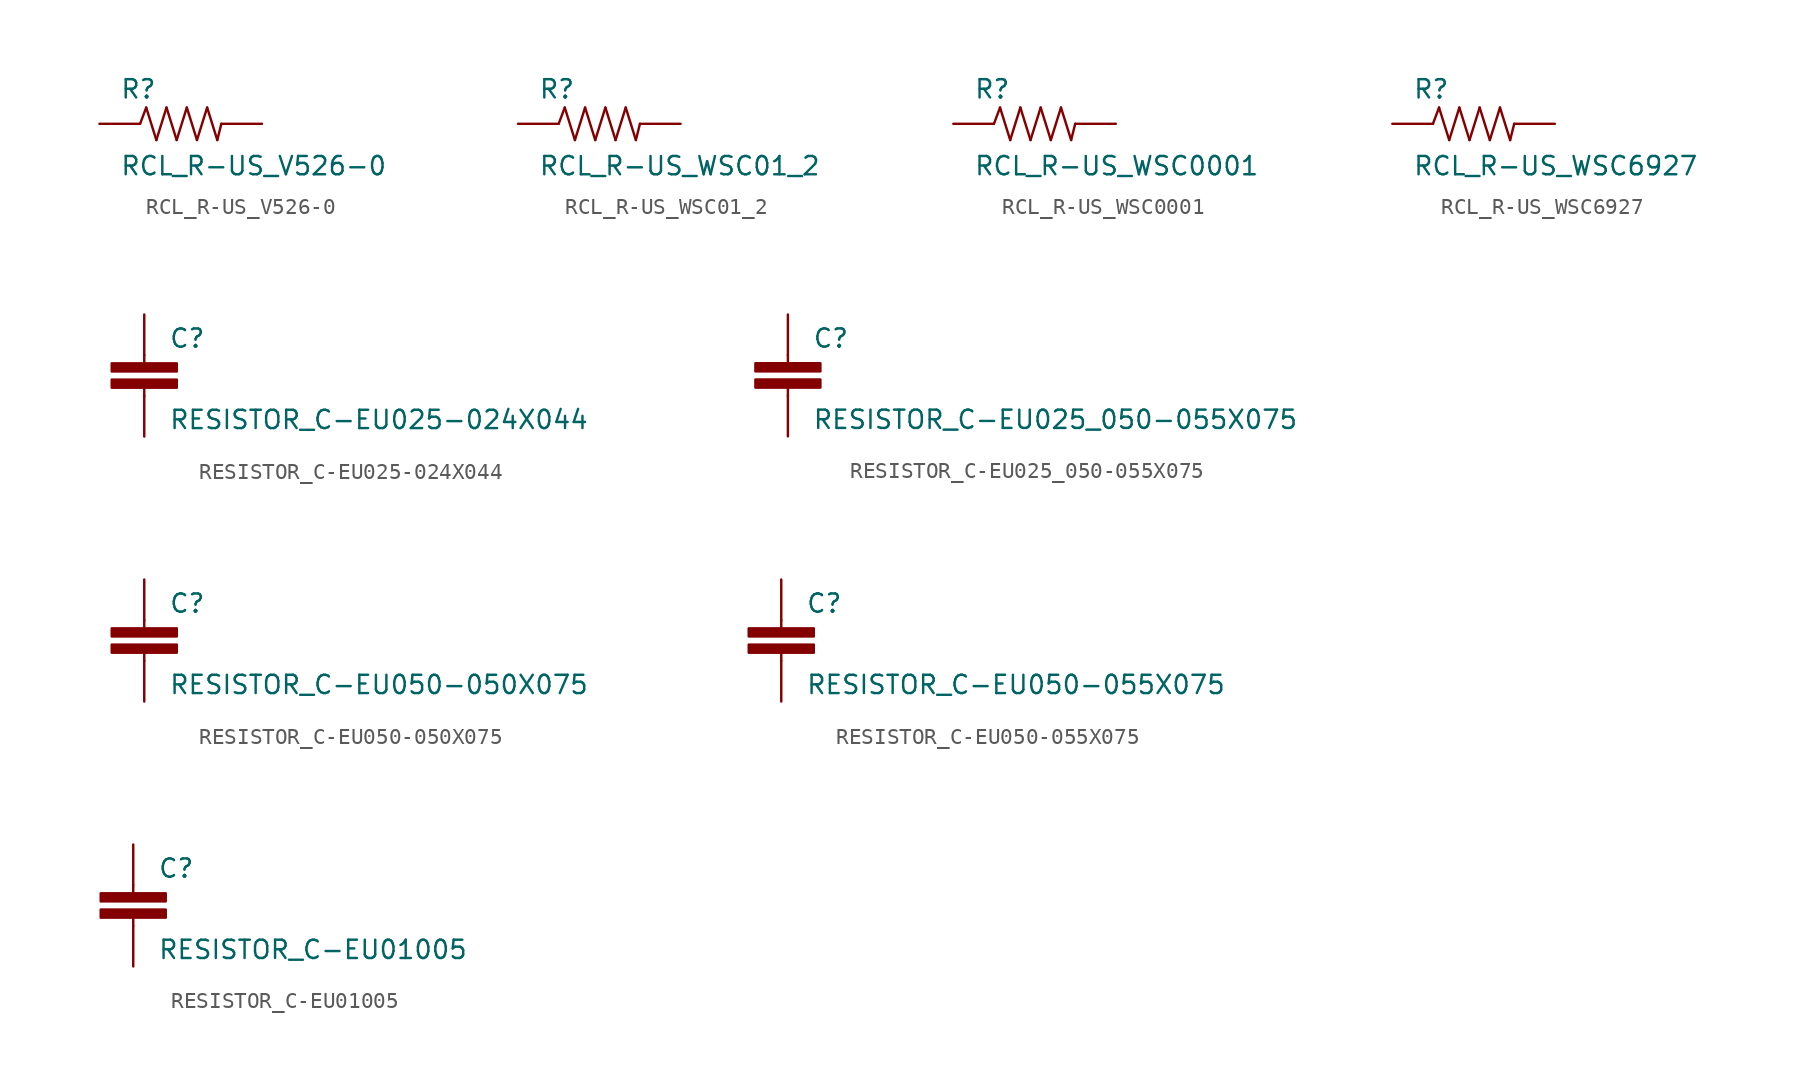
<source format=kicad_sym>
(kicad_symbol_lib
  (version 20210619)
  (generator kicad_symbol_editor)
  (symbol "RCL_R-US_V526-0"
    (pin_numbers hide)
    (pin_names
      (offset 1.016) hide)
    (property "Reference" "R"
      (at -3.81 1.499 0)
      (effects (font (size 1.143 1.143)) (justify left bottom)))
    (property "Value" "RCL_R-US_V526-0"
      (at -3.81 -3.302 0)
      (effects (font (size 1.143 1.143)) (justify left bottom)))
    (property "ki_locked" ""
      (at 0 0 0)
      (effects (font (size 1.27 1.27))))
    (symbol "RCL_R-US_V526-0_1_0"
      (polyline (pts (xy -2.54 0) (xy -2.159 1.016)) (stroke (width 0)) (fill (type none)))
      (polyline (pts (xy -2.159 1.016) (xy -1.524 -1.016)) (stroke (width 0)) (fill (type none)))
      (polyline (pts (xy -1.524 -1.016) (xy -0.889 1.016)) (stroke (width 0)) (fill (type none)))
      (polyline (pts (xy -0.889 1.016) (xy -0.254 -1.016)) (stroke (width 0)) (fill (type none)))
      (polyline (pts (xy -0.254 -1.016) (xy 0.381 1.016)) (stroke (width 0)) (fill (type none)))
      (polyline (pts (xy 0.381 1.016) (xy 1.016 -1.016)) (stroke (width 0)) (fill (type none)))
      (polyline (pts (xy 1.016 -1.016) (xy 1.651 1.016)) (stroke (width 0)) (fill (type none)))
      (polyline (pts (xy 1.651 1.016) (xy 2.286 -1.016)) (stroke (width 0)) (fill (type none)))
      (polyline (pts (xy 2.286 -1.016) (xy 2.54 0)) (stroke (width 0)) (fill (type none))))
    (symbol "RCL_R-US_V526-0_1_1"
      (pin passive line (at -5.08 0 0) (length 2.54) (name "1" (effects (font (size 1.016 1.016)))) (number "1" (effects (font (size 1.016 1.016)))))
      (pin passive line (at 5.08 0 180) (length 2.54) (name "2" (effects (font (size 1.016 1.016)))) (number "2" (effects (font (size 1.016 1.016)))))))
  (symbol "RCL_R-US_WSC01_2"
    (pin_numbers hide)
    (pin_names
      (offset 1.016) hide)
    (property "Reference" "R"
      (at -3.81 1.499 0)
      (effects (font (size 1.143 1.143)) (justify left bottom)))
    (property "Value" "RCL_R-US_WSC01_2"
      (at -3.81 -3.302 0)
      (effects (font (size 1.143 1.143)) (justify left bottom)))
    (property "ki_locked" ""
      (at 0 0 0)
      (effects (font (size 1.27 1.27))))
    (symbol "RCL_R-US_WSC01_2_1_0"
      (polyline (pts (xy -2.54 0) (xy -2.159 1.016)) (stroke (width 0)) (fill (type none)))
      (polyline (pts (xy -2.159 1.016) (xy -1.524 -1.016)) (stroke (width 0)) (fill (type none)))
      (polyline (pts (xy -1.524 -1.016) (xy -0.889 1.016)) (stroke (width 0)) (fill (type none)))
      (polyline (pts (xy -0.889 1.016) (xy -0.254 -1.016)) (stroke (width 0)) (fill (type none)))
      (polyline (pts (xy -0.254 -1.016) (xy 0.381 1.016)) (stroke (width 0)) (fill (type none)))
      (polyline (pts (xy 0.381 1.016) (xy 1.016 -1.016)) (stroke (width 0)) (fill (type none)))
      (polyline (pts (xy 1.016 -1.016) (xy 1.651 1.016)) (stroke (width 0)) (fill (type none)))
      (polyline (pts (xy 1.651 1.016) (xy 2.286 -1.016)) (stroke (width 0)) (fill (type none)))
      (polyline (pts (xy 2.286 -1.016) (xy 2.54 0)) (stroke (width 0)) (fill (type none))))
    (symbol "RCL_R-US_WSC01_2_1_1"
      (pin passive line (at -5.08 0 0) (length 2.54) (name "1" (effects (font (size 1.016 1.016)))) (number "1" (effects (font (size 1.016 1.016)))))
      (pin passive line (at 5.08 0 180) (length 2.54) (name "2" (effects (font (size 1.016 1.016)))) (number "2" (effects (font (size 1.016 1.016)))))))
  (symbol "RCL_R-US_WSC0001"
    (pin_numbers hide)
    (pin_names
      (offset 1.016) hide)
    (property "Reference" "R"
      (at -3.81 1.499 0)
      (effects (font (size 1.143 1.143)) (justify left bottom)))
    (property "Value" "RCL_R-US_WSC0001"
      (at -3.81 -3.302 0)
      (effects (font (size 1.143 1.143)) (justify left bottom)))
    (property "ki_locked" ""
      (at 0 0 0)
      (effects (font (size 1.27 1.27))))
    (symbol "RCL_R-US_WSC0001_1_0"
      (polyline (pts (xy -2.54 0) (xy -2.159 1.016)) (stroke (width 0)) (fill (type none)))
      (polyline (pts (xy -2.159 1.016) (xy -1.524 -1.016)) (stroke (width 0)) (fill (type none)))
      (polyline (pts (xy -1.524 -1.016) (xy -0.889 1.016)) (stroke (width 0)) (fill (type none)))
      (polyline (pts (xy -0.889 1.016) (xy -0.254 -1.016)) (stroke (width 0)) (fill (type none)))
      (polyline (pts (xy -0.254 -1.016) (xy 0.381 1.016)) (stroke (width 0)) (fill (type none)))
      (polyline (pts (xy 0.381 1.016) (xy 1.016 -1.016)) (stroke (width 0)) (fill (type none)))
      (polyline (pts (xy 1.016 -1.016) (xy 1.651 1.016)) (stroke (width 0)) (fill (type none)))
      (polyline (pts (xy 1.651 1.016) (xy 2.286 -1.016)) (stroke (width 0)) (fill (type none)))
      (polyline (pts (xy 2.286 -1.016) (xy 2.54 0)) (stroke (width 0)) (fill (type none))))
    (symbol "RCL_R-US_WSC0001_1_1"
      (pin passive line (at -5.08 0 0) (length 2.54) (name "1" (effects (font (size 1.016 1.016)))) (number "1" (effects (font (size 1.016 1.016)))))
      (pin passive line (at 5.08 0 180) (length 2.54) (name "2" (effects (font (size 1.016 1.016)))) (number "2" (effects (font (size 1.016 1.016)))))))
  (symbol "RCL_R-US_WSC6927"
    (pin_numbers hide)
    (pin_names
      (offset 1.016) hide)
    (property "Reference" "R"
      (at -3.81 1.499 0)
      (effects (font (size 1.143 1.143)) (justify left bottom)))
    (property "Value" "RCL_R-US_WSC6927"
      (at -3.81 -3.302 0)
      (effects (font (size 1.143 1.143)) (justify left bottom)))
    (property "ki_locked" ""
      (at 0 0 0)
      (effects (font (size 1.27 1.27))))
    (symbol "RCL_R-US_WSC6927_1_0"
      (polyline (pts (xy -2.54 0) (xy -2.159 1.016)) (stroke (width 0)) (fill (type none)))
      (polyline (pts (xy -2.159 1.016) (xy -1.524 -1.016)) (stroke (width 0)) (fill (type none)))
      (polyline (pts (xy -1.524 -1.016) (xy -0.889 1.016)) (stroke (width 0)) (fill (type none)))
      (polyline (pts (xy -0.889 1.016) (xy -0.254 -1.016)) (stroke (width 0)) (fill (type none)))
      (polyline (pts (xy -0.254 -1.016) (xy 0.381 1.016)) (stroke (width 0)) (fill (type none)))
      (polyline (pts (xy 0.381 1.016) (xy 1.016 -1.016)) (stroke (width 0)) (fill (type none)))
      (polyline (pts (xy 1.016 -1.016) (xy 1.651 1.016)) (stroke (width 0)) (fill (type none)))
      (polyline (pts (xy 1.651 1.016) (xy 2.286 -1.016)) (stroke (width 0)) (fill (type none)))
      (polyline (pts (xy 2.286 -1.016) (xy 2.54 0)) (stroke (width 0)) (fill (type none))))
    (symbol "RCL_R-US_WSC6927_1_1"
      (pin passive line (at -5.08 0 0) (length 2.54) (name "1" (effects (font (size 1.016 1.016)))) (number "1" (effects (font (size 1.016 1.016)))))
      (pin passive line (at 5.08 0 180) (length 2.54) (name "2" (effects (font (size 1.016 1.016)))) (number "2" (effects (font (size 1.016 1.016)))))))
  (symbol "RESISTOR_C-EU025-024X044"
    (pin_numbers hide)
    (pin_names
      (offset 1.016) hide)
    (property "Reference" "C"
      (at 1.524 0.381 0)
      (effects (font (size 1.143 1.143)) (justify left bottom)))
    (property "Value" "RESISTOR_C-EU025-024X044"
      (at 1.524 -4.699 0)
      (effects (font (size 1.143 1.143)) (justify left bottom)))
    (property "ki_locked" ""
      (at 0 0 0)
      (effects (font (size 1.27 1.27))))
    (symbol "RESISTOR_C-EU025-024X044_1_0"
      (polyline (pts (xy 0 -2.54) (xy 0 -2.032)) (stroke (width 0)) (fill (type none)))
      (polyline (pts (xy 0 0) (xy 0 -0.508)) (stroke (width 0)) (fill (type none))))
    (symbol "RESISTOR_C-EU025-024X044_1_1"
      (rectangle (start -2.032 -2.032) (end 2.032 -1.524) (stroke (width 0)) (fill (type outline)))
      (rectangle (start -2.032 -1.016) (end 2.032 -0.508) (stroke (width 0)) (fill (type outline)))
      (pin passive line (at 0 2.54 270) (length 2.54) (name "1" (effects (font (size 1.016 1.016)))) (number "1" (effects (font (size 1.016 1.016)))))
      (pin passive line (at 0 -5.08 90) (length 2.54) (name "2" (effects (font (size 1.016 1.016)))) (number "2" (effects (font (size 1.016 1.016)))))))
  (symbol "RESISTOR_C-EU025_050-055X075"
    (pin_numbers hide)
    (pin_names
      (offset 1.016) hide)
    (property "Reference" "C"
      (at 1.524 0.381 0)
      (effects (font (size 1.143 1.143)) (justify left bottom)))
    (property "Value" "RESISTOR_C-EU025_050-055X075"
      (at 1.524 -4.699 0)
      (effects (font (size 1.143 1.143)) (justify left bottom)))
    (property "ki_locked" ""
      (at 0 0 0)
      (effects (font (size 1.27 1.27))))
    (symbol "RESISTOR_C-EU025_050-055X075_1_0"
      (polyline (pts (xy 0 -2.54) (xy 0 -2.032)) (stroke (width 0)) (fill (type none)))
      (polyline (pts (xy 0 0) (xy 0 -0.508)) (stroke (width 0)) (fill (type none))))
    (symbol "RESISTOR_C-EU025_050-055X075_1_1"
      (rectangle (start -2.032 -2.032) (end 2.032 -1.524) (stroke (width 0)) (fill (type outline)))
      (rectangle (start -2.032 -1.016) (end 2.032 -0.508) (stroke (width 0)) (fill (type outline)))
      (pin passive line (at 0 2.54 270) (length 2.54) (name "1" (effects (font (size 1.016 1.016)))) (number "1" (effects (font (size 1.016 1.016)))))
      (pin passive line (at 0 -5.08 90) (length 2.54) (name "2" (effects (font (size 1.016 1.016)))) (number "2" (effects (font (size 1.016 1.016)))))))
  (symbol "RESISTOR_C-EU050-050X075"
    (pin_numbers hide)
    (pin_names
      (offset 1.016) hide)
    (property "Reference" "C"
      (at 1.524 0.381 0)
      (effects (font (size 1.143 1.143)) (justify left bottom)))
    (property "Value" "RESISTOR_C-EU050-050X075"
      (at 1.524 -4.699 0)
      (effects (font (size 1.143 1.143)) (justify left bottom)))
    (property "ki_locked" ""
      (at 0 0 0)
      (effects (font (size 1.27 1.27))))
    (symbol "RESISTOR_C-EU050-050X075_1_0"
      (polyline (pts (xy 0 -2.54) (xy 0 -2.032)) (stroke (width 0)) (fill (type none)))
      (polyline (pts (xy 0 0) (xy 0 -0.508)) (stroke (width 0)) (fill (type none))))
    (symbol "RESISTOR_C-EU050-050X075_1_1"
      (rectangle (start -2.032 -2.032) (end 2.032 -1.524) (stroke (width 0)) (fill (type outline)))
      (rectangle (start -2.032 -1.016) (end 2.032 -0.508) (stroke (width 0)) (fill (type outline)))
      (pin passive line (at 0 2.54 270) (length 2.54) (name "1" (effects (font (size 1.016 1.016)))) (number "1" (effects (font (size 1.016 1.016)))))
      (pin passive line (at 0 -5.08 90) (length 2.54) (name "2" (effects (font (size 1.016 1.016)))) (number "2" (effects (font (size 1.016 1.016)))))))
  (symbol "RESISTOR_C-EU050-055X075"
    (pin_numbers hide)
    (pin_names
      (offset 1.016) hide)
    (property "Reference" "C"
      (at 1.524 0.381 0)
      (effects (font (size 1.143 1.143)) (justify left bottom)))
    (property "Value" "RESISTOR_C-EU050-055X075"
      (at 1.524 -4.699 0)
      (effects (font (size 1.143 1.143)) (justify left bottom)))
    (property "ki_locked" ""
      (at 0 0 0)
      (effects (font (size 1.27 1.27))))
    (symbol "RESISTOR_C-EU050-055X075_1_0"
      (polyline (pts (xy 0 -2.54) (xy 0 -2.032)) (stroke (width 0)) (fill (type none)))
      (polyline (pts (xy 0 0) (xy 0 -0.508)) (stroke (width 0)) (fill (type none))))
    (symbol "RESISTOR_C-EU050-055X075_1_1"
      (rectangle (start -2.032 -2.032) (end 2.032 -1.524) (stroke (width 0)) (fill (type outline)))
      (rectangle (start -2.032 -1.016) (end 2.032 -0.508) (stroke (width 0)) (fill (type outline)))
      (pin passive line (at 0 2.54 270) (length 2.54) (name "1" (effects (font (size 1.016 1.016)))) (number "1" (effects (font (size 1.016 1.016)))))
      (pin passive line (at 0 -5.08 90) (length 2.54) (name "2" (effects (font (size 1.016 1.016)))) (number "2" (effects (font (size 1.016 1.016)))))))
  (symbol "RESISTOR_C-EU01005"
    (pin_numbers hide)
    (pin_names
      (offset 1.016) hide)
    (property "Reference" "C"
      (at 1.524 0.381 0)
      (effects (font (size 1.143 1.143)) (justify left bottom)))
    (property "Value" "RESISTOR_C-EU01005"
      (at 1.524 -4.699 0)
      (effects (font (size 1.143 1.143)) (justify left bottom)))
    (property "ki_locked" ""
      (at 0 0 0)
      (effects (font (size 1.27 1.27))))
    (symbol "RESISTOR_C-EU01005_1_0"
      (polyline (pts (xy 0 -2.54) (xy 0 -2.032)) (stroke (width 0)) (fill (type none)))
      (polyline (pts (xy 0 0) (xy 0 -0.508)) (stroke (width 0)) (fill (type none))))
    (symbol "RESISTOR_C-EU01005_1_1"
      (rectangle (start -2.032 -2.032) (end 2.032 -1.524) (stroke (width 0)) (fill (type outline)))
      (rectangle (start -2.032 -1.016) (end 2.032 -0.508) (stroke (width 0)) (fill (type outline)))
      (pin passive line (at 0 2.54 270) (length 2.54) (name "1" (effects (font (size 1.016 1.016)))) (number "1" (effects (font (size 1.016 1.016)))))
      (pin passive line (at 0 -5.08 90) (length 2.54) (name "2" (effects (font (size 1.016 1.016)))) (number "2" (effects (font (size 1.016 1.016))))))))
</source>
